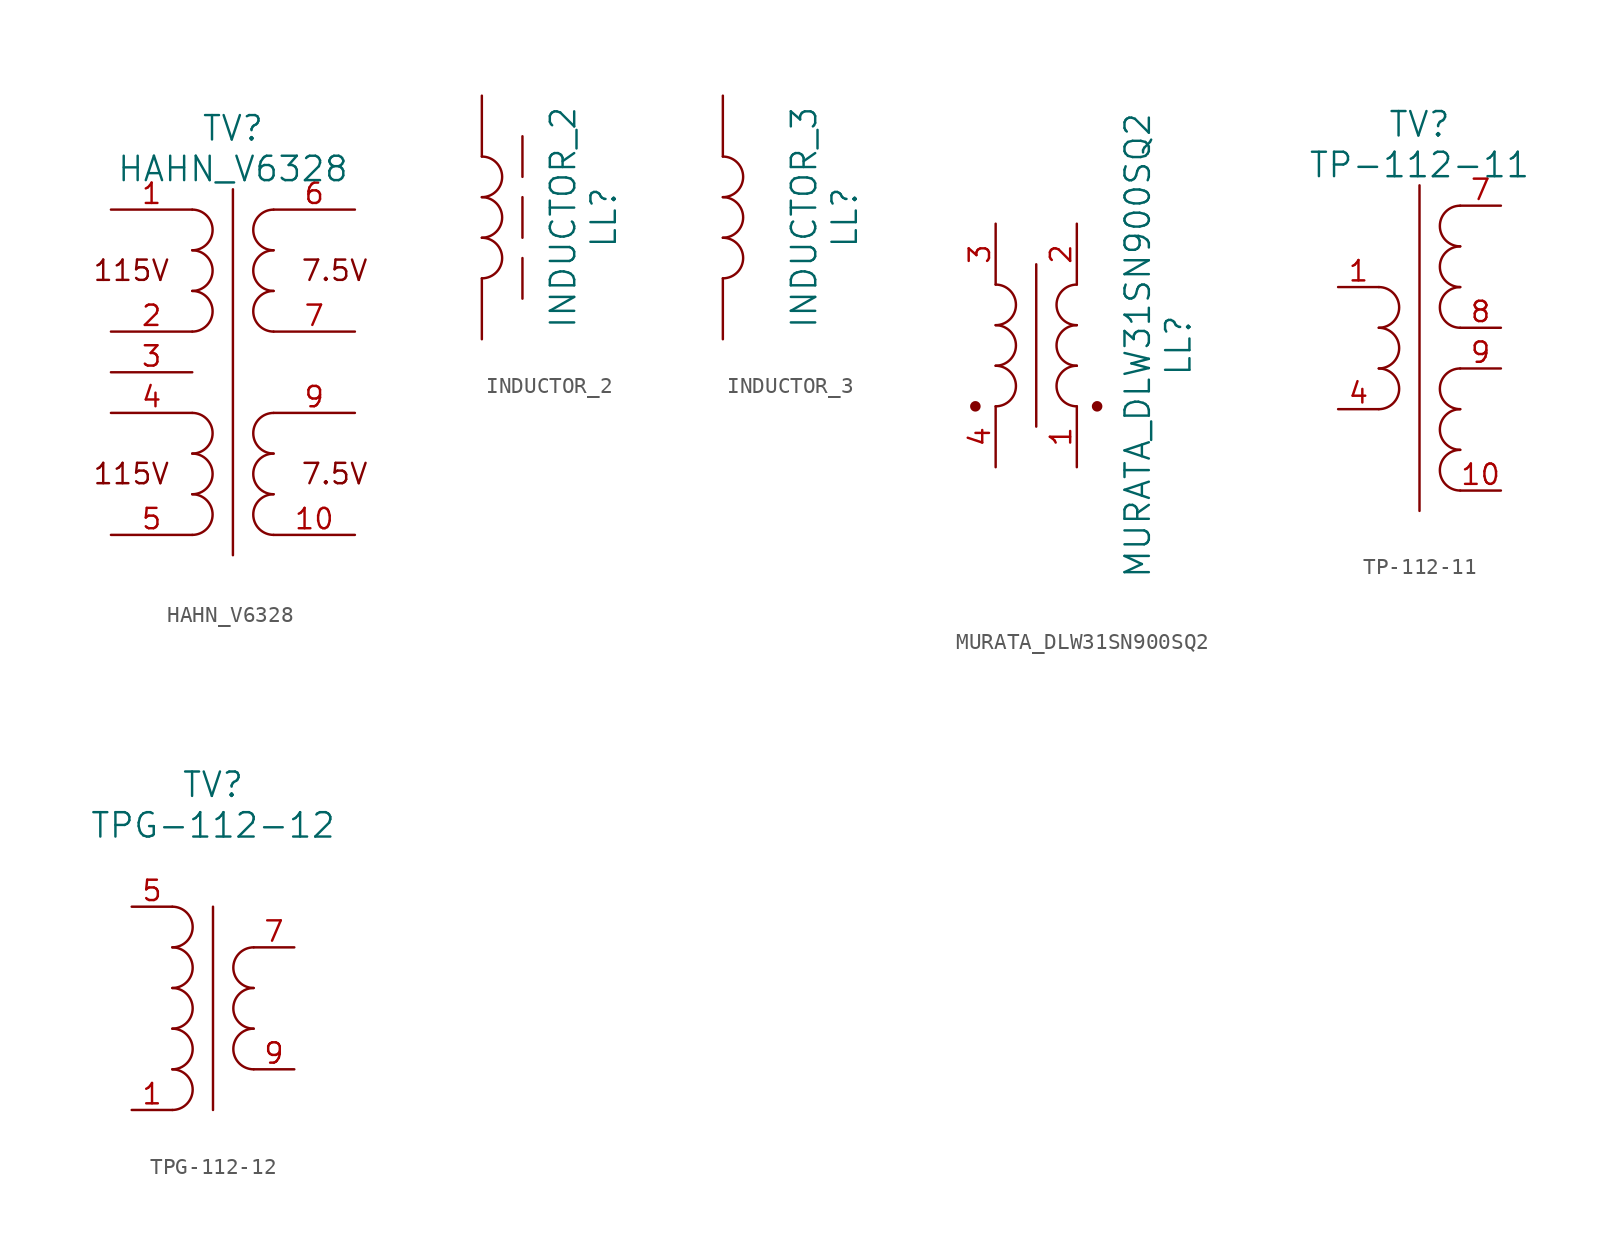
<source format=kicad_sym>
(kicad_symbol_lib
  (version 20211014)
  (generator kicad_symbol_editor)
  (symbol "HAHN_V6328"
    (pin_names
      (offset 0))
    (property "Reference" "TV"
      (at 5.08 10.16 0)
      (effects (font (size 1.524 1.524))))
    (property "Value" "HAHN_V6328"
      (at 5.08 7.62 0)
      (effects (font (size 1.524 1.524))))
    (property "Footprint" ""
      (at 0 5.08 0)
      (effects (font (size 1.524 1.524))))
    (property "Datasheet" ""
      (at 0 5.08 0)
      (effects (font (size 1.524 1.524))))
    (symbol "HAHN_V6328_0_0"
      (polyline (pts (xy 5.08 6.35) (xy 5.08 -16.51)) (stroke (width 0) (type default) (color 0 0 0 0)) (fill (type none)))
      (arc (start 2.54 -15.24) (mid 3.81 -13.97) (end 2.54 -12.7) (stroke (width 0) (type default) (color 0 0 0 0)) (fill (type none)))
      (arc (start 2.54 -12.7) (mid 3.81 -11.43) (end 2.54 -10.16) (stroke (width 0) (type default) (color 0 0 0 0)) (fill (type none)))
      (arc (start 2.54 -10.16) (mid 3.81 -8.89) (end 2.54 -7.62) (stroke (width 0) (type default) (color 0 0 0 0)) (fill (type none)))
      (arc (start 2.54 -2.54) (mid 3.81 -1.27) (end 2.54 0) (stroke (width 0) (type default) (color 0 0 0 0)) (fill (type none)))
      (arc (start 2.54 0) (mid 3.81 1.27) (end 2.54 2.54) (stroke (width 0) (type default) (color 0 0 0 0)) (fill (type none)))
      (arc (start 2.54 2.54) (mid 3.81 3.81) (end 2.54 5.08) (stroke (width 0) (type default) (color 0 0 0 0)) (fill (type none)))
      (text "115V" (at -1.27 -11.43 0) (effects (font (size 1.27 1.27))))
      (text "115V" (at -1.27 1.27 0) (effects (font (size 1.27 1.27))))
      (text "7.5V" (at 11.43 -11.43 0) (effects (font (size 1.27 1.27))))
      (text "7.5V" (at 11.43 1.27 0) (effects (font (size 1.27 1.27)))))
    (symbol "HAHN_V6328_0_1"
      (arc (start 7.62 -12.7) (mid 6.35 -13.97) (end 7.62 -15.24) (stroke (width 0) (type default) (color 0 0 0 0)) (fill (type none)))
      (arc (start 7.62 -10.16) (mid 6.35 -11.43) (end 7.62 -12.7) (stroke (width 0) (type default) (color 0 0 0 0)) (fill (type none)))
      (arc (start 7.62 -7.62) (mid 6.35 -8.89) (end 7.62 -10.16) (stroke (width 0) (type default) (color 0 0 0 0)) (fill (type none)))
      (arc (start 7.62 0) (mid 6.35 -1.27) (end 7.62 -2.54) (stroke (width 0) (type default) (color 0 0 0 0)) (fill (type none)))
      (arc (start 7.62 2.54) (mid 6.35 1.27) (end 7.62 0) (stroke (width 0) (type default) (color 0 0 0 0)) (fill (type none)))
      (arc (start 7.62 5.08) (mid 6.35 3.81) (end 7.62 2.54) (stroke (width 0) (type default) (color 0 0 0 0)) (fill (type none))))
    (symbol "HAHN_V6328_1_1"
      (pin input line (at -2.54 5.08 0) (length 5.08) (name "~" (effects (font (size 1.27 1.27)))) (number "1" (effects (font (size 1.27 1.27)))))
      (pin output line (at 12.7 -15.24 180) (length 5.08) (name "~" (effects (font (size 1.27 1.27)))) (number "10" (effects (font (size 1.27 1.27)))))
      (pin input line (at -2.54 -2.54 0) (length 5.08) (name "~" (effects (font (size 1.27 1.27)))) (number "2" (effects (font (size 1.27 1.27)))))
      (pin passive line (at -2.54 -5.08 0) (length 5.08) (name "~" (effects (font (size 1.27 1.27)))) (number "3" (effects (font (size 1.27 1.27)))))
      (pin input line (at -2.54 -7.62 0) (length 5.08) (name "~" (effects (font (size 1.27 1.27)))) (number "4" (effects (font (size 1.27 1.27)))))
      (pin input line (at -2.54 -15.24 0) (length 5.08) (name "~" (effects (font (size 1.27 1.27)))) (number "5" (effects (font (size 1.27 1.27)))))
      (pin output line (at 12.7 5.08 180) (length 5.08) (name "~" (effects (font (size 1.27 1.27)))) (number "6" (effects (font (size 1.27 1.27)))))
      (pin output line (at 12.7 -2.54 180) (length 5.08) (name "~" (effects (font (size 1.27 1.27)))) (number "7" (effects (font (size 1.27 1.27)))))
      (pin output line (at 12.7 -7.62 180) (length 5.08) (name "~" (effects (font (size 1.27 1.27)))) (number "9" (effects (font (size 1.27 1.27)))))))
  (symbol "INDUCTOR_2"
    (pin_numbers hide)
    (pin_names
      (offset 0))
    (property "Reference" "LL"
      (at 7.62 -7.62 90)
      (effects (font (size 1.524 1.524))))
    (property "Value" "INDUCTOR_2"
      (at 5.08 -7.62 90)
      (effects (font (size 1.524 1.524))))
    (property "Footprint" ""
      (at 0 0 0)
      (effects (font (size 1.524 1.524))))
    (property "Datasheet" ""
      (at 0 0 0)
      (effects (font (size 1.524 1.524))))
    (symbol "INDUCTOR_2_0_0"
      (arc (start 0 -11.43) (mid 1.27 -10.16) (end 0 -8.89) (stroke (width 0) (type default) (color 0 0 0 0)) (fill (type none)))
      (arc (start 0 -8.89) (mid 1.27 -7.62) (end 0 -6.35) (stroke (width 0) (type default) (color 0 0 0 0)) (fill (type none)))
      (arc (start 0 -6.35) (mid 1.27 -5.08) (end 0 -3.81) (stroke (width 0) (type default) (color 0 0 0 0)) (fill (type none))))
    (symbol "INDUCTOR_2_0_1"
      (polyline (pts (xy 2.54 -8.89) (xy 2.54 -6.35)) (stroke (width 0) (type default) (color 0 0 0 0)) (fill (type none)))
      (polyline (pts (xy 2.54 -5.08) (xy 2.54 -2.54)) (stroke (width 0) (type default) (color 0 0 0 0)) (fill (type none)))
      (polyline (pts (xy 2.54 -12.7) (xy 2.54 -10.16) (xy 2.54 -10.16)) (stroke (width 0) (type default) (color 0 0 0 0)) (fill (type none))))
    (symbol "INDUCTOR_2_1_1"
      (pin input line (at 0 -15.24 90) (length 3.81) (name "~" (effects (font (size 1.27 1.27)))) (number "1" (effects (font (size 1.27 1.27)))))
      (pin input line (at 0 0 270) (length 3.81) (name "~" (effects (font (size 1.27 1.27)))) (number "2" (effects (font (size 1.27 1.27)))))))
  (symbol "INDUCTOR_3"
    (pin_numbers hide)
    (pin_names
      (offset 0))
    (property "Reference" "LL"
      (at 7.62 -7.62 90)
      (effects (font (size 1.524 1.524))))
    (property "Value" "INDUCTOR_3"
      (at 5.08 -7.62 90)
      (effects (font (size 1.524 1.524))))
    (property "Footprint" ""
      (at 0 0 0)
      (effects (font (size 1.524 1.524))))
    (property "Datasheet" ""
      (at 0 0 0)
      (effects (font (size 1.524 1.524))))
    (symbol "INDUCTOR_3_0_0"
      (arc (start 0 -11.43) (mid 1.27 -10.16) (end 0 -8.89) (stroke (width 0) (type default) (color 0 0 0 0)) (fill (type none)))
      (arc (start 0 -8.89) (mid 1.27 -7.62) (end 0 -6.35) (stroke (width 0) (type default) (color 0 0 0 0)) (fill (type none)))
      (arc (start 0 -6.35) (mid 1.27 -5.08) (end 0 -3.81) (stroke (width 0) (type default) (color 0 0 0 0)) (fill (type none))))
    (symbol "INDUCTOR_3_1_1"
      (pin input line (at 0 -15.24 90) (length 3.81) (name "~" (effects (font (size 1.27 1.27)))) (number "1" (effects (font (size 1.27 1.27)))))
      (pin input line (at 0 0 270) (length 3.81) (name "~" (effects (font (size 1.27 1.27)))) (number "2" (effects (font (size 1.27 1.27)))))))
  (symbol "MURATA_DLW31SN900SQ2"
    (pin_names
      (offset 0))
    (property "Reference" "LL"
      (at 11.43 -7.62 90)
      (effects (font (size 1.524 1.524))))
    (property "Value" "MURATA_DLW31SN900SQ2"
      (at 8.89 -7.62 90)
      (effects (font (size 1.524 1.524))))
    (property "Footprint" ""
      (at 0 0 0)
      (effects (font (size 1.524 1.524))))
    (property "Datasheet" ""
      (at 0 0 0)
      (effects (font (size 1.524 1.524))))
    (symbol "MURATA_DLW31SN900SQ2_0_0"
      (arc (start 0 -11.43) (mid 1.27 -10.16) (end 0 -8.89) (stroke (width 0) (type default) (color 0 0 0 0)) (fill (type none)))
      (arc (start 0 -8.89) (mid 1.27 -7.62) (end 0 -6.35) (stroke (width 0) (type default) (color 0 0 0 0)) (fill (type none)))
      (arc (start 0 -6.35) (mid 1.27 -5.08) (end 0 -3.81) (stroke (width 0) (type default) (color 0 0 0 0)) (fill (type none)))
      (polyline (pts (xy 2.54 -2.54) (xy 2.54 -12.7) (xy 2.54 -12.7)) (stroke (width 0) (type default) (color 0 0 0 0)) (fill (type none)))
      (arc (start 5.08 -8.89) (mid 3.81 -10.16) (end 5.08 -11.43) (stroke (width 0) (type default) (color 0 0 0 0)) (fill (type none)))
      (arc (start 5.08 -6.35) (mid 3.81 -7.62) (end 5.08 -8.89) (stroke (width 0) (type default) (color 0 0 0 0)) (fill (type none)))
      (arc (start 5.08 -3.81) (mid 3.81 -5.08) (end 5.08 -6.35) (stroke (width 0) (type default) (color 0 0 0 0)) (fill (type none))))
    (symbol "MURATA_DLW31SN900SQ2_0_1"
      (circle (center -1.27 -11.43) (radius 0.254) (stroke (width 0) (type default) (color 0 0 0 0)) (fill (type outline)))
      (circle (center 6.35 -11.43) (radius 0.254) (stroke (width 0) (type default) (color 0 0 0 0)) (fill (type outline))))
    (symbol "MURATA_DLW31SN900SQ2_1_1"
      (pin input line (at 5.08 -15.24 90) (length 3.81) (name "~" (effects (font (size 1.27 1.27)))) (number "1" (effects (font (size 1.27 1.27)))))
      (pin input line (at 5.08 0 270) (length 3.81) (name "~" (effects (font (size 1.27 1.27)))) (number "2" (effects (font (size 1.27 1.27)))))
      (pin input line (at 0 0 270) (length 3.81) (name "~" (effects (font (size 1.27 1.27)))) (number "3" (effects (font (size 1.27 1.27)))))
      (pin input line (at 0 -15.24 90) (length 3.81) (name "~" (effects (font (size 1.27 1.27)))) (number "4" (effects (font (size 1.27 1.27)))))))
  (symbol "TP-112-11"
    (pin_names
      (offset 0))
    (property "Reference" "TV"
      (at 5.08 10.16 0)
      (effects (font (size 1.524 1.524))))
    (property "Value" "TP-112-11"
      (at 5.08 7.62 0)
      (effects (font (size 1.524 1.524))))
    (property "Footprint" ""
      (at 0 0 0)
      (effects (font (size 1.524 1.524))))
    (property "Datasheet" ""
      (at 0 0 0)
      (effects (font (size 1.524 1.524))))
    (symbol "TP-112-11_0_0"
      (polyline (pts (xy 5.08 6.35) (xy 5.08 -13.97)) (stroke (width 0) (type default) (color 0 0 0 0)) (fill (type none)))
      (arc (start 2.54 -7.62) (mid 3.81 -6.35) (end 2.54 -5.08) (stroke (width 0) (type default) (color 0 0 0 0)) (fill (type none)))
      (arc (start 2.54 -5.08) (mid 3.81 -3.81) (end 2.54 -2.54) (stroke (width 0) (type default) (color 0 0 0 0)) (fill (type none)))
      (arc (start 2.54 -2.54) (mid 3.81 -1.27) (end 2.54 0) (stroke (width 0) (type default) (color 0 0 0 0)) (fill (type none))))
    (symbol "TP-112-11_0_1"
      (arc (start 7.62 -10.16) (mid 6.35 -11.43) (end 7.62 -12.7) (stroke (width 0) (type default) (color 0 0 0 0)) (fill (type none)))
      (arc (start 7.62 -7.62) (mid 6.35 -8.89) (end 7.62 -10.16) (stroke (width 0) (type default) (color 0 0 0 0)) (fill (type none)))
      (arc (start 7.62 -5.08) (mid 6.35 -6.35) (end 7.62 -7.62) (stroke (width 0) (type default) (color 0 0 0 0)) (fill (type none)))
      (arc (start 7.62 0) (mid 6.35 -1.27) (end 7.62 -2.54) (stroke (width 0) (type default) (color 0 0 0 0)) (fill (type none)))
      (arc (start 7.62 2.54) (mid 6.35 1.27) (end 7.62 0) (stroke (width 0) (type default) (color 0 0 0 0)) (fill (type none)))
      (arc (start 7.62 5.08) (mid 6.35 3.81) (end 7.62 2.54) (stroke (width 0) (type default) (color 0 0 0 0)) (fill (type none))))
    (symbol "TP-112-11_1_1"
      (pin input line (at 0 0 0) (length 2.54) (name "~" (effects (font (size 1.27 1.27)))) (number "1" (effects (font (size 1.27 1.27)))))
      (pin input line (at 10.16 -12.7 180) (length 2.54) (name "~" (effects (font (size 1.27 1.27)))) (number "10" (effects (font (size 1.27 1.27)))))
      (pin input line (at 0 -7.62 0) (length 2.54) (name "~" (effects (font (size 1.27 1.27)))) (number "4" (effects (font (size 1.27 1.27)))))
      (pin input line (at 10.16 5.08 180) (length 2.54) (name "~" (effects (font (size 1.27 1.27)))) (number "7" (effects (font (size 1.27 1.27)))))
      (pin input line (at 10.16 -2.54 180) (length 2.54) (name "~" (effects (font (size 1.27 1.27)))) (number "8" (effects (font (size 1.27 1.27)))))
      (pin input line (at 10.16 -5.08 180) (length 2.54) (name "~" (effects (font (size 1.27 1.27)))) (number "9" (effects (font (size 1.27 1.27)))))))
  (symbol "TPG-112-12"
    (pin_names
      (offset 0))
    (property "Reference" "TV"
      (at 5.08 10.16 0)
      (effects (font (size 1.524 1.524))))
    (property "Value" "TPG-112-12"
      (at 5.08 7.62 0)
      (effects (font (size 1.524 1.524))))
    (property "Footprint" ""
      (at 0 2.54 0)
      (effects (font (size 1.524 1.524))))
    (property "Datasheet" ""
      (at 0 2.54 0)
      (effects (font (size 1.524 1.524))))
    (symbol "TPG-112-12_0_0"
      (arc (start 2.54 -10.16) (mid 3.81 -8.89) (end 2.54 -7.62) (stroke (width 0) (type default) (color 0 0 0 0)) (fill (type none)))
      (arc (start 2.54 -7.62) (mid 3.81 -6.35) (end 2.54 -5.08) (stroke (width 0) (type default) (color 0 0 0 0)) (fill (type none)))
      (arc (start 2.54 -5.08) (mid 3.81 -3.81) (end 2.54 -2.54) (stroke (width 0) (type default) (color 0 0 0 0)) (fill (type none)))
      (arc (start 2.54 -2.54) (mid 3.81 -1.27) (end 2.54 0) (stroke (width 0) (type default) (color 0 0 0 0)) (fill (type none)))
      (arc (start 2.54 0) (mid 3.81 1.27) (end 2.54 2.54) (stroke (width 0) (type default) (color 0 0 0 0)) (fill (type none))))
    (symbol "TPG-112-12_0_1"
      (polyline (pts (xy 5.08 2.54) (xy 5.08 -10.16)) (stroke (width 0) (type default) (color 0 0 0 0)) (fill (type none)))
      (arc (start 7.62 -5.08) (mid 6.35 -6.35) (end 7.62 -7.62) (stroke (width 0) (type default) (color 0 0 0 0)) (fill (type none)))
      (arc (start 7.62 -2.54) (mid 6.35 -3.81) (end 7.62 -5.08) (stroke (width 0) (type default) (color 0 0 0 0)) (fill (type none)))
      (arc (start 7.62 0) (mid 6.35 -1.27) (end 7.62 -2.54) (stroke (width 0) (type default) (color 0 0 0 0)) (fill (type none))))
    (symbol "TPG-112-12_1_1"
      (pin input line (at 0 -10.16 0) (length 2.54) (name "~" (effects (font (size 1.27 1.27)))) (number "1" (effects (font (size 1.27 1.27)))))
      (pin input line (at 0 2.54 0) (length 2.54) (name "~" (effects (font (size 1.27 1.27)))) (number "5" (effects (font (size 1.27 1.27)))))
      (pin output line (at 10.16 0 180) (length 2.54) (name "~" (effects (font (size 1.27 1.27)))) (number "7" (effects (font (size 1.27 1.27)))))
      (pin output line (at 10.16 -7.62 180) (length 2.54) (name "~" (effects (font (size 1.27 1.27)))) (number "9" (effects (font (size 1.27 1.27))))))))
</source>
